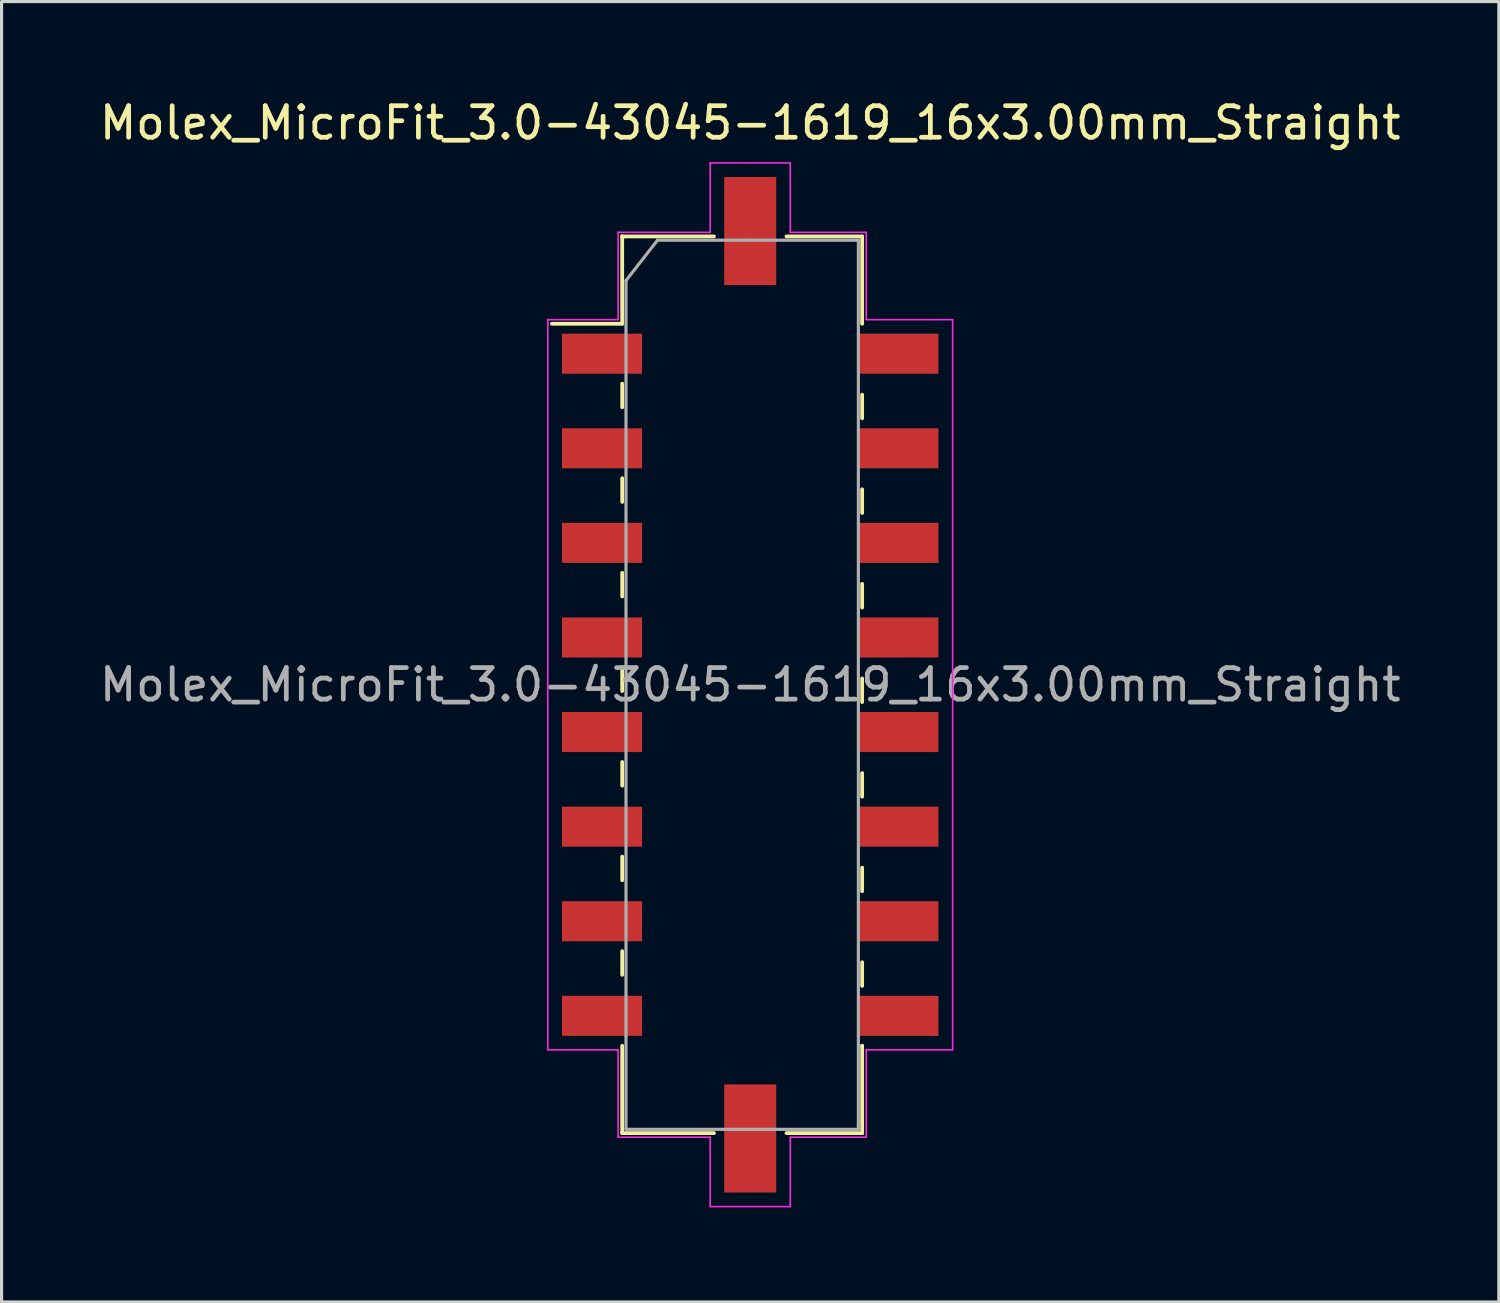
<source format=kicad_pcb>
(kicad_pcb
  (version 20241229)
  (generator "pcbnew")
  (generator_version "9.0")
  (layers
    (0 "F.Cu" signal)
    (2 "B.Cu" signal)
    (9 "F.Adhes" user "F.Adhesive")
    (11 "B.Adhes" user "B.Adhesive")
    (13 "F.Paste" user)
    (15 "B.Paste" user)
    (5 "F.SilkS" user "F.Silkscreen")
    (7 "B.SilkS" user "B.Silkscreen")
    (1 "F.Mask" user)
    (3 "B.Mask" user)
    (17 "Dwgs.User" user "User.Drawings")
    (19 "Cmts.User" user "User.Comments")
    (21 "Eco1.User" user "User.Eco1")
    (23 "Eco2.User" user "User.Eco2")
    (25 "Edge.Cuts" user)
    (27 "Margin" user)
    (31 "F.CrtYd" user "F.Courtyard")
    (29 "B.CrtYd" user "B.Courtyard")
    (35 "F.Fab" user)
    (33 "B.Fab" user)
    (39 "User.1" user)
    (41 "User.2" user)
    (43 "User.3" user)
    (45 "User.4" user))
  (footprint "Molex_MicroFit_3.0-43045-1619_16x3.00mm_Straight"
    (layer "F.Cu")
    (at 20.744 18.668)
    (property "Reference" "Molex_MicroFit_3.0-43045-1619_16x3.00mm_Straight" (at 0 -17.82 0) (layer "F.SilkS") (effects (font (size 1 1) (thickness 0.15))))
    (attr smd)
    (fp_line (start -6.29 -11.45) (end -4.06 -11.45) (stroke (width 0.12) (type solid)) (layer "F.SilkS"))
    (fp_line (start -4.06 -14.22) (end -4.06 -14.22) (stroke (width 0.12) (type solid)) (layer "F.SilkS"))
    (fp_line (start -4.06 -14.22) (end -1.15 -14.22) (stroke (width 0.12) (type solid)) (layer "F.SilkS"))
    (fp_line (start -4.06 -11.45) (end -4.06 -14.22) (stroke (width 0.12) (type solid)) (layer "F.SilkS"))
    (fp_line (start -4.06 -9.55) (end -4.06 -8.8) (stroke (width 0.12) (type solid)) (layer "F.SilkS"))
    (fp_line (start -4.06 -6.55) (end -4.06 -5.8) (stroke (width 0.12) (type solid)) (layer "F.SilkS"))
    (fp_line (start -4.06 -3.55) (end -4.06 -2.8) (stroke (width 0.12) (type solid)) (layer "F.SilkS"))
    (fp_line (start -4.06 -0.55) (end -4.06 0.2) (stroke (width 0.12) (type solid)) (layer "F.SilkS"))
    (fp_line (start -4.06 2.45) (end -4.06 3.2) (stroke (width 0.12) (type solid)) (layer "F.SilkS"))
    (fp_line (start -4.06 5.45) (end -4.06 6.2) (stroke (width 0.12) (type solid)) (layer "F.SilkS"))
    (fp_line (start -4.06 8.45) (end -4.06 9.2) (stroke (width 0.12) (type solid)) (layer "F.SilkS"))
    (fp_line (start -4.06 14.22) (end -4.06 11.45) (stroke (width 0.12) (type solid)) (layer "F.SilkS"))
    (fp_line (start -1.15 14.22) (end -4.06 14.22) (stroke (width 0.12) (type solid)) (layer "F.SilkS"))
    (fp_line (start 1.15 -14.22) (end 3.55 -14.22) (stroke (width 0.12) (type solid)) (layer "F.SilkS"))
    (fp_line (start 3.55 -14.22) (end 3.55 -11.45) (stroke (width 0.12) (type solid)) (layer "F.SilkS"))
    (fp_line (start 3.55 -8.45) (end 3.55 -9.2) (stroke (width 0.12) (type solid)) (layer "F.SilkS"))
    (fp_line (start 3.55 -5.45) (end 3.55 -6.2) (stroke (width 0.12) (type solid)) (layer "F.SilkS"))
    (fp_line (start 3.55 -2.45) (end 3.55 -3.2) (stroke (width 0.12) (type solid)) (layer "F.SilkS"))
    (fp_line (start 3.55 0.55) (end 3.55 -0.2) (stroke (width 0.12) (type solid)) (layer "F.SilkS"))
    (fp_line (start 3.55 3.55) (end 3.55 2.8) (stroke (width 0.12) (type solid)) (layer "F.SilkS"))
    (fp_line (start 3.55 6.55) (end 3.55 5.8) (stroke (width 0.12) (type solid)) (layer "F.SilkS"))
    (fp_line (start 3.55 9.55) (end 3.55 8.8) (stroke (width 0.12) (type solid)) (layer "F.SilkS"))
    (fp_line (start 3.55 11.45) (end 3.55 11.45) (stroke (width 0.12) (type solid)) (layer "F.SilkS"))
    (fp_line (start 3.55 11.45) (end 3.55 14.22) (stroke (width 0.12) (type solid)) (layer "F.SilkS"))
    (fp_line (start 3.55 14.22) (end 1.15 14.22) (stroke (width 0.12) (type solid)) (layer "F.SilkS"))
    (fp_line (start -6.42 -11.58) (end -4.19 -11.58) (stroke (width 0.05) (type solid)) (layer "F.CrtYd"))
    (fp_line (start -6.42 11.58) (end -6.42 -11.58) (stroke (width 0.05) (type solid)) (layer "F.CrtYd"))
    (fp_line (start -4.19 -14.35) (end -4.19 -14.35) (stroke (width 0.05) (type solid)) (layer "F.CrtYd"))
    (fp_line (start -4.19 -14.35) (end -1.27 -14.35) (stroke (width 0.05) (type solid)) (layer "F.CrtYd"))
    (fp_line (start -4.19 -11.58) (end -4.19 -14.35) (stroke (width 0.05) (type solid)) (layer "F.CrtYd"))
    (fp_line (start -4.19 11.58) (end -6.42 11.58) (stroke (width 0.05) (type solid)) (layer "F.CrtYd"))
    (fp_line (start -4.19 14.35) (end -4.19 11.58) (stroke (width 0.05) (type solid)) (layer "F.CrtYd"))
    (fp_line (start -1.27 -16.55) (end 0 -16.55) (stroke (width 0.05) (type solid)) (layer "F.CrtYd"))
    (fp_line (start -1.27 -14.35) (end -1.27 -16.55) (stroke (width 0.05) (type solid)) (layer "F.CrtYd"))
    (fp_line (start -1.27 14.35) (end -4.19 14.35) (stroke (width 0.05) (type solid)) (layer "F.CrtYd"))
    (fp_line (start -1.27 16.55) (end -1.27 14.35) (stroke (width 0.05) (type solid)) (layer "F.CrtYd"))
    (fp_line (start 0 -16.55) (end 1.27 -16.55) (stroke (width 0.05) (type solid)) (layer "F.CrtYd"))
    (fp_line (start 0 16.55) (end -1.27 16.55) (stroke (width 0.05) (type solid)) (layer "F.CrtYd"))
    (fp_line (start 1.27 -16.55) (end 1.27 -14.35) (stroke (width 0.05) (type solid)) (layer "F.CrtYd"))
    (fp_line (start 1.27 -14.35) (end 3.68 -14.35) (stroke (width 0.05) (type solid)) (layer "F.CrtYd"))
    (fp_line (start 1.27 14.35) (end 1.27 16.55) (stroke (width 0.05) (type solid)) (layer "F.CrtYd"))
    (fp_line (start 1.27 16.55) (end 0 16.55) (stroke (width 0.05) (type solid)) (layer "F.CrtYd"))
    (fp_line (start 3.68 -14.35) (end 3.68 -11.58) (stroke (width 0.05) (type solid)) (layer "F.CrtYd"))
    (fp_line (start 3.68 -11.58) (end 6.42 -11.58) (stroke (width 0.05) (type solid)) (layer "F.CrtYd"))
    (fp_line (start 3.68 11.58) (end 3.68 11.58) (stroke (width 0.05) (type solid)) (layer "F.CrtYd"))
    (fp_line (start 3.68 11.58) (end 3.68 14.35) (stroke (width 0.05) (type solid)) (layer "F.CrtYd"))
    (fp_line (start 3.68 14.35) (end 1.27 14.35) (stroke (width 0.05) (type solid)) (layer "F.CrtYd"))
    (fp_line (start 6.42 -11.58) (end 6.42 11.58) (stroke (width 0.05) (type solid)) (layer "F.CrtYd"))
    (fp_line (start 6.42 11.58) (end 3.68 11.58) (stroke (width 0.05) (type solid)) (layer "F.CrtYd"))
    (fp_line (start -3.94 -12.82) (end -2.94 -14.1) (stroke (width 0.1) (type solid)) (layer "F.Fab"))
    (fp_line (start -3.94 11.13) (end -3.94 -12.82) (stroke (width 0.1) (type solid)) (layer "F.Fab"))
    (fp_line (start -3.94 14.1) (end -3.94 11.13) (stroke (width 0.1) (type solid)) (layer "F.Fab"))
    (fp_line (start -2.94 -14.1) (end 0 -14.1) (stroke (width 0.1) (type solid)) (layer "F.Fab"))
    (fp_line (start -0.82 14.1) (end -3.94 14.1) (stroke (width 0.1) (type solid)) (layer "F.Fab"))
    (fp_line (start 0 -14.1) (end 3.43 -14.1) (stroke (width 0.1) (type solid)) (layer "F.Fab"))
    (fp_line (start 3.43 -14.1) (end 3.43 -11.13) (stroke (width 0.1) (type solid)) (layer "F.Fab"))
    (fp_line (start 3.43 -11.13) (end 3.43 11.13) (stroke (width 0.1) (type solid)) (layer "F.Fab"))
    (fp_line (start 3.43 11.13) (end 3.43 14.1) (stroke (width 0.1) (type solid)) (layer "F.Fab"))
    (fp_line (start 3.43 14.1) (end -0.82 14.1) (stroke (width 0.1) (type solid)) (layer "F.Fab"))
    (fp_text user "${REFERENCE}" (at 0 0 0) (layer "F.Fab") (effects (font (size 1 1) (thickness 0.15))))
    (pad "" smd rect (at 0 -14.39) (size 1.65 3.43) (layers "F.Cu" "F.Mask" "F.Paste"))
    (pad "" smd rect (at 0 14.39) (size 1.65 3.43) (layers "F.Cu" "F.Mask" "F.Paste"))
    (pad "1" smd rect (at -4.7 -10.5) (size 2.54 1.27) (layers "F.Cu" "F.Mask" "F.Paste"))
    (pad "2" smd rect (at -4.7 -7.5) (size 2.54 1.27) (layers "F.Cu" "F.Mask" "F.Paste"))
    (pad "3" smd rect (at -4.7 -4.5) (size 2.54 1.27) (layers "F.Cu" "F.Mask" "F.Paste"))
    (pad "4" smd rect (at -4.7 -1.5) (size 2.54 1.27) (layers "F.Cu" "F.Mask" "F.Paste"))
    (pad "5" smd rect (at -4.7 1.5) (size 2.54 1.27) (layers "F.Cu" "F.Mask" "F.Paste"))
    (pad "6" smd rect (at -4.7 4.5) (size 2.54 1.27) (layers "F.Cu" "F.Mask" "F.Paste"))
    (pad "7" smd rect (at -4.7 7.5) (size 2.54 1.27) (layers "F.Cu" "F.Mask" "F.Paste"))
    (pad "8" smd rect (at -4.7 10.5) (size 2.54 1.27) (layers "F.Cu" "F.Mask" "F.Paste"))
    (pad "9" smd rect (at 4.7 10.5) (size 2.54 1.27) (layers "F.Cu" "F.Mask" "F.Paste"))
    (pad "10" smd rect (at 4.7 7.5) (size 2.54 1.27) (layers "F.Cu" "F.Mask" "F.Paste"))
    (pad "11" smd rect (at 4.7 4.5) (size 2.54 1.27) (layers "F.Cu" "F.Mask" "F.Paste"))
    (pad "12" smd rect (at 4.7 1.5) (size 2.54 1.27) (layers "F.Cu" "F.Mask" "F.Paste"))
    (pad "13" smd rect (at 4.7 -1.5) (size 2.54 1.27) (layers "F.Cu" "F.Mask" "F.Paste"))
    (pad "14" smd rect (at 4.7 -4.5) (size 2.54 1.27) (layers "F.Cu" "F.Mask" "F.Paste"))
    (pad "15" smd rect (at 4.7 -7.5) (size 2.54 1.27) (layers "F.Cu" "F.Mask" "F.Paste"))
    (pad "16" smd rect (at 4.7 -10.5) (size 2.54 1.27) (layers "F.Cu" "F.Mask" "F.Paste")))
  (gr_rect
    (start -3 -3)
    (end 44.488 38.243)
    (stroke (width 0.1) (type default))
    (fill no)
    (layer "Edge.Cuts")))
</source>
